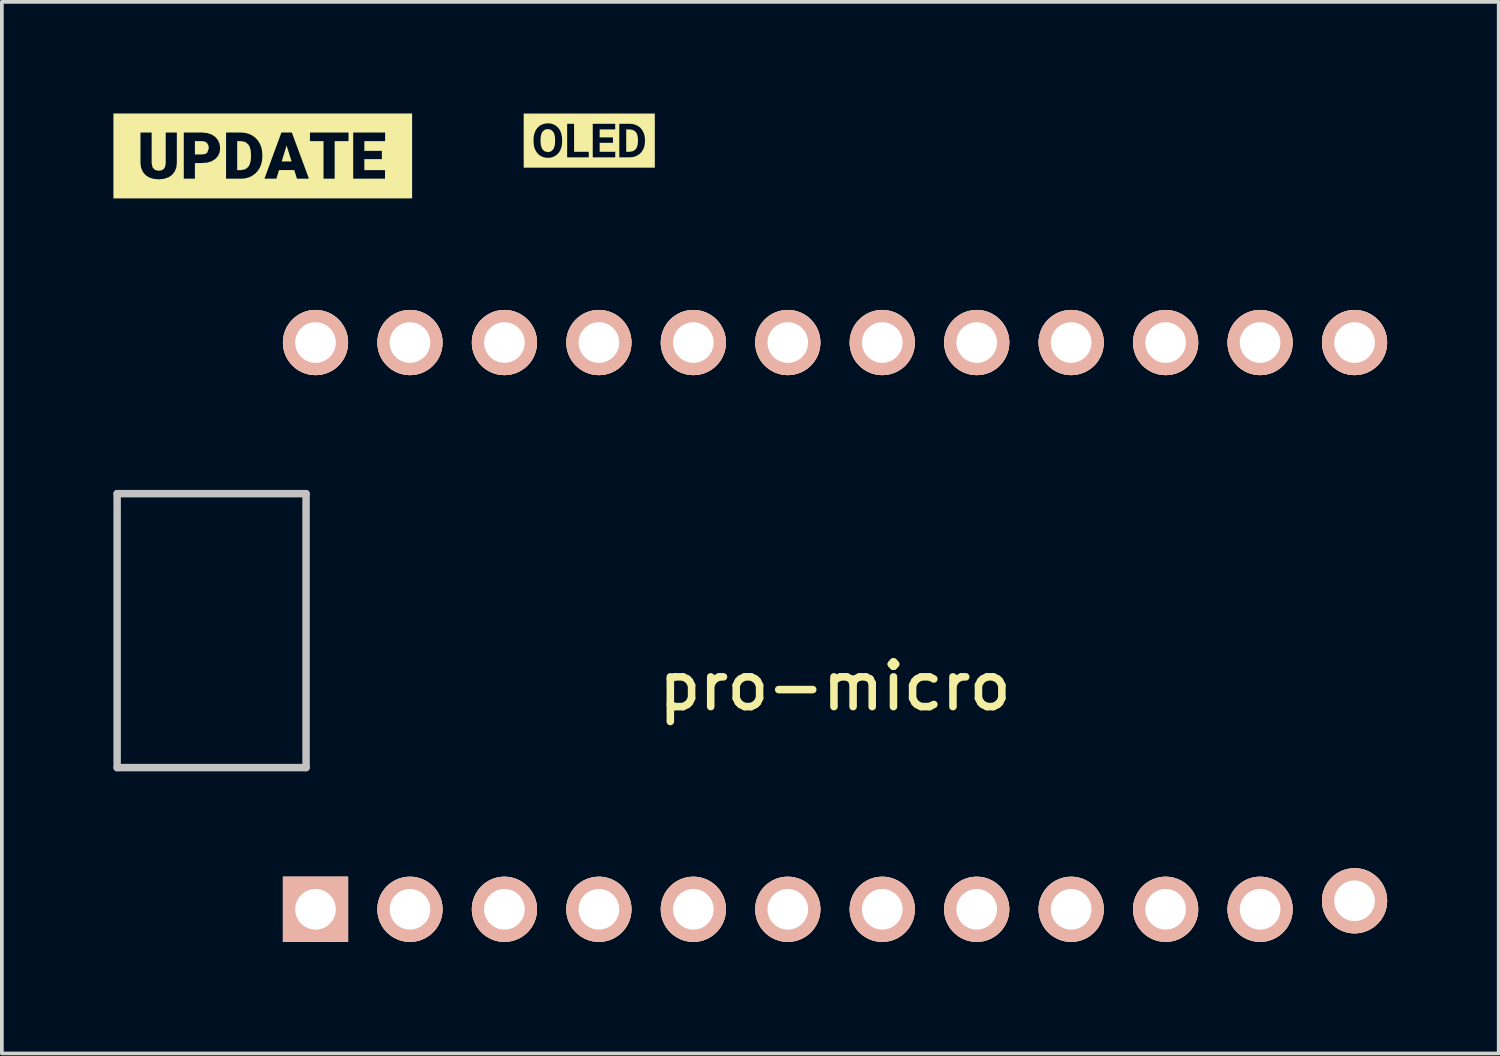
<source format=kicad_pcb>
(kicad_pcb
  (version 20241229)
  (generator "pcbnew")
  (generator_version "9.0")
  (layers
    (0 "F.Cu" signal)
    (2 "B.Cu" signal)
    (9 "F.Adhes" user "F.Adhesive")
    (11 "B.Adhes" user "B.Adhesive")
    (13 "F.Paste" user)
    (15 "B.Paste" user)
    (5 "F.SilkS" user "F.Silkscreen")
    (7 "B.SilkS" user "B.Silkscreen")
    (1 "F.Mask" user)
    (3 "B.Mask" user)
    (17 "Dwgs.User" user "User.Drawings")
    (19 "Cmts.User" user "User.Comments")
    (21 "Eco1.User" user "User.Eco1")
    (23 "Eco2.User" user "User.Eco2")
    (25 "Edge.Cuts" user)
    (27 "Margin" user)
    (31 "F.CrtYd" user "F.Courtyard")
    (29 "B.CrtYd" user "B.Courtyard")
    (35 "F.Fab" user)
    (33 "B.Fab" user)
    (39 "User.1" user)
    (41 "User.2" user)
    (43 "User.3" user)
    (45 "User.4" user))
  (footprint "pro-micro"
    (layer "F.Cu")
    (at 19.404 13.781)
    (property "Reference" "pro-micro" (at 0 1.625 0) (layer "F.SilkS") (effects (font (size 1.2 1.2) (thickness 0.203))))
    (attr through_hole)
    (fp_line (start -19.304 -3.556) (end -14.224 -3.556) (stroke (width 0.2) (type solid)) (layer "Dwgs.User"))
    (fp_line (start -19.304 3.81) (end -19.304 -3.556) (stroke (width 0.2) (type solid)) (layer "Dwgs.User"))
    (fp_line (start -14.224 -3.556) (end -14.224 3.81) (stroke (width 0.2) (type solid)) (layer "Dwgs.User"))
    (fp_line (start -14.224 3.81) (end -19.304 3.81) (stroke (width 0.2) (type solid)) (layer "Dwgs.User"))
    (pad "1" thru_hole rect (at -13.97 7.62) (size 1.753 1.753) (drill 1.092) (layers "*.Cu" "*.SilkS" "*.Mask"))
    (pad "2" thru_hole circle (at -11.43 7.62) (size 1.753 1.753) (drill 1.092) (layers "*.Cu" "*.SilkS" "*.Mask"))
    (pad "3" thru_hole circle (at -8.89 7.62) (size 1.753 1.753) (drill 1.092) (layers "*.Cu" "*.SilkS" "*.Mask"))
    (pad "4" thru_hole circle (at -6.35 7.62) (size 1.753 1.753) (drill 1.092) (layers "*.Cu" "*.SilkS" "*.Mask"))
    (pad "5" thru_hole circle (at -3.81 7.62) (size 1.753 1.753) (drill 1.092) (layers "*.Cu" "*.SilkS" "*.Mask"))
    (pad "6" thru_hole circle (at -1.27 7.62) (size 1.753 1.753) (drill 1.092) (layers "*.Cu" "*.SilkS" "*.Mask"))
    (pad "7" thru_hole circle (at 1.27 7.62) (size 1.753 1.753) (drill 1.092) (layers "*.Cu" "*.SilkS" "*.Mask"))
    (pad "8" thru_hole circle (at 3.81 7.62) (size 1.753 1.753) (drill 1.092) (layers "*.Cu" "*.SilkS" "*.Mask"))
    (pad "9" thru_hole circle (at 6.35 7.62) (size 1.753 1.753) (drill 1.092) (layers "*.Cu" "*.SilkS" "*.Mask"))
    (pad "10" thru_hole circle (at 8.89 7.62) (size 1.753 1.753) (drill 1.092) (layers "*.Cu" "*.SilkS" "*.Mask"))
    (pad "11" thru_hole circle (at 11.43 7.62) (size 1.753 1.753) (drill 1.092) (layers "*.Cu" "*.SilkS" "*.Mask"))
    (pad "12" thru_hole circle (at 13.97 7.391) (size 1.753 1.753) (drill 1.092) (layers "*.Cu" "*.SilkS" "*.Mask"))
    (pad "13" thru_hole circle (at 13.97 -7.62) (size 1.753 1.753) (drill 1.092) (layers "*.Cu" "*.SilkS" "*.Mask"))
    (pad "14" thru_hole circle (at 11.43 -7.62) (size 1.753 1.753) (drill 1.092) (layers "*.Cu" "*.SilkS" "*.Mask"))
    (pad "15" thru_hole circle (at 8.89 -7.62) (size 1.753 1.753) (drill 1.092) (layers "*.Cu" "*.SilkS" "*.Mask"))
    (pad "16" thru_hole circle (at 6.35 -7.62) (size 1.753 1.753) (drill 1.092) (layers "*.Cu" "*.SilkS" "*.Mask"))
    (pad "17" thru_hole circle (at 3.81 -7.62) (size 1.753 1.753) (drill 1.092) (layers "*.Cu" "*.SilkS" "*.Mask"))
    (pad "18" thru_hole circle (at 1.27 -7.62) (size 1.753 1.753) (drill 1.092) (layers "*.Cu" "*.SilkS" "*.Mask"))
    (pad "19" thru_hole circle (at -1.27 -7.62) (size 1.753 1.753) (drill 1.092) (layers "*.Cu" "*.SilkS" "*.Mask"))
    (pad "20" thru_hole circle (at -3.81 -7.62) (size 1.753 1.753) (drill 1.092) (layers "*.Cu" "*.SilkS" "*.Mask"))
    (pad "21" thru_hole circle (at -6.35 -7.62) (size 1.753 1.753) (drill 1.092) (layers "*.Cu" "*.SilkS" "*.Mask"))
    (pad "22" thru_hole circle (at -8.89 -7.62) (size 1.753 1.753) (drill 1.092) (layers "*.Cu" "*.SilkS" "*.Mask"))
    (pad "23" thru_hole circle (at -11.43 -7.62) (size 1.753 1.753) (drill 1.092) (layers "*.Cu" "*.SilkS" "*.Mask"))
    (pad "24" thru_hole circle (at -13.97 -7.62) (size 1.753 1.753) (drill 1.092) (layers "*.Cu" "*.SilkS" "*.Mask")))
  (footprint "kibuzzard-61F01C84"
    (layer "F.Cu")
    (at 4.016 1.143)
    (property "Reference" "kibuzzard-61F01C84" (at 0 -1.142 0) (layer "F.SilkS") (effects (font (size 0.001 0.001) (thickness 0.000003))))
    (attr board_only exclude_from_pos_files exclude_from_bom)
    (fp_poly (pts (xy 0.508 0.149) (xy 0.775 0.149) (xy 0.641 -0.281) (xy 0.508 0.149)) (stroke (width 0) (type solid)) (fill yes) (layer "F.SilkS"))
    (fp_poly (pts (xy -1.825 -0.04) (xy -1.629 -0.04) (xy -1.552 -0.051) (xy -1.496 -0.084) (xy -1.45 -0.206) (xy -1.462 -0.285) (xy -1.497 -0.345) (xy -1.553 -0.385) (xy -1.625 -0.398) (xy -1.825 -0.398) (xy -1.825 -0.04)) (stroke (width 0) (type solid)) (fill yes) (layer "F.SilkS"))
    (fp_poly (pts (xy -0.688 -0.398) (xy -0.688 0.382) (xy -0.584 0.382) (xy -0.47 0.359) (xy -0.386 0.29) (xy -0.348 0.219) (xy -0.325 0.129) (xy -0.317 0.018) (xy -0.317 -0.036) (xy -0.325 -0.146) (xy -0.348 -0.236) (xy -0.386 -0.307) (xy -0.471 -0.375) (xy -0.587 -0.398) (xy -0.688 -0.398)) (stroke (width 0) (type solid)) (fill yes) (layer "F.SilkS"))
    (fp_poly (pts (xy -3.289 -1.142) (xy -2.311 -0.629) (xy -2.311 0.183) (xy -2.325 0.312) (xy -2.37 0.422) (xy -2.124 0.612) (xy -2.124 -0.629) (xy -1.629 -0.629) (xy -1.494 -0.616) (xy -1.377 -0.577) (xy -1.279 -0.513) (xy -1.207 -0.428) (xy -1.162 -0.324) (xy -1.147 -0.208) (xy -1.161 -0.095) (xy -1.205 0.002) (xy -1.277 0.082) (xy -1.374 0.143) (xy -1.493 0.179) (xy -1.634 0.191) (xy -1.825 0.191) (xy -1.825 0.612) (xy -2.124 0.612) (xy -2.37 0.422) (xy -2.441 0.511) (xy -2.538 0.576) (xy -2.658 0.616) (xy -2.798 0.629) (xy -2.939 0.616) (xy -3.058 0.577) (xy -3.156 0.512) (xy -3.228 0.423) (xy -3.273 0.316) (xy -3.289 0.189) (xy -3.289 -0.629) (xy -2.988 -0.629) (xy -2.988 0.195) (xy -2.964 0.308) (xy -2.901 0.376) (xy -2.798 0.399) (xy -2.717 0.386) (xy -2.658 0.348) (xy -2.622 0.281) (xy -2.61 0.182) (xy -2.61 -0.629) (xy -2.311 -0.629) (xy -3.289 -1.142) (xy -4.016 -1.142) (xy -4.016 1.142) (xy -0.987 0.612) (xy -0.987 -0.629) (xy -0.587 -0.629) (xy -0.481 -0.621) (xy -0.383 -0.596) (xy -0.292 -0.555) (xy -0.21 -0.498) (xy -0.142 -0.428) (xy -0.087 -0.344) (xy -0.045 -0.25) (xy -0.021 -0.148) (xy -0.012 -0.039) (xy -0.012 0.018) (xy -0.02 0.128) (xy -0.044 0.23) (xy -0.084 0.324) (xy -0.139 0.407) (xy -0.206 0.478) (xy 0.045 0.612) (xy 0.501 -0.629) (xy 0.782 -0.629) (xy 1.268 -0.398) (xy 1.268 -0.629) (xy 2.306 -0.629) (xy 2.306 -0.398) (xy 1.933 -0.398) (xy 1.933 0.612) (xy 1.634 0.612) (xy 1.634 -0.398) (xy 1.268 -0.398) (xy 0.782 -0.629) (xy 1.241 0.612) (xy 0.919 0.612) (xy 0.847 0.38) (xy 0.437 0.38) (xy 0.365 0.612) (xy 0.045 0.612) (xy -0.206 0.478) (xy -0.287 0.535) (xy -0.378 0.578) (xy -0.475 0.603) (xy -0.579 0.612) (xy -0.987 0.612) (xy -4.016 1.142) (xy -3.289 1.142) (xy 3.289 1.142) (xy 3.287 0.612) (xy 2.432 0.612) (xy 2.432 -0.629) (xy 3.289 -0.629) (xy 3.289 -0.398) (xy 2.731 -0.398) (xy 2.731 -0.136) (xy 3.202 -0.136) (xy 3.202 0.086) (xy 2.731 0.086) (xy 2.731 0.382) (xy 3.287 0.382) (xy 3.287 0.612) (xy 3.289 1.142) (xy 4.016 1.142) (xy 4.016 -1.142) (xy 3.289 -1.142) (xy -3.289 -1.142)) (stroke (width 0) (type solid)) (fill yes) (layer "F.SilkS")))
  (footprint "kibuzzard-628DFB48"
    (layer "F.Cu")
    (at 12.795 0.73)
    (property "Reference" "kibuzzard-628DFB48" (at 0 -0.729 0) (layer "F.SilkS") (effects (font (size 0.001 0.001) (thickness 0.000003))))
    (attr board_only exclude_from_pos_files exclude_from_bom)
    (fp_poly (pts (xy 0.994 -0.301) (xy 0.994 0.302) (xy 1.084 0.302) (xy 1.18 0.284) (xy 1.251 0.231) (xy 1.283 0.176) (xy 1.303 0.108) (xy 1.31 0.027) (xy 1.31 -0.021) (xy 1.303 -0.105) (xy 1.284 -0.175) (xy 1.253 -0.23) (xy 1.182 -0.283) (xy 1.086 -0.301) (xy 0.994 -0.301)) (stroke (width 0) (type solid)) (fill yes) (layer "F.SilkS"))
    (fp_poly (pts (xy -0.918 -0.02) (xy -0.923 -0.108) (xy -0.94 -0.179) (xy -0.969 -0.236) (xy -1.03 -0.292) (xy -1.114 -0.31) (xy -1.197 -0.292) (xy -1.258 -0.237) (xy -1.287 -0.181) (xy -1.304 -0.11) (xy -1.31 -0.024) (xy -1.31 0.02) (xy -1.304 0.106) (xy -1.287 0.177) (xy -1.259 0.235) (xy -1.197 0.292) (xy -1.112 0.311) (xy -1.03 0.293) (xy -0.969 0.238) (xy -0.941 0.181) (xy -0.924 0.11) (xy -0.918 0.024) (xy -0.918 -0.02)) (stroke (width 0) (type solid)) (fill yes) (layer "F.SilkS"))
    (fp_poly (pts (xy -1.498 -0.728) (xy -1.253 -0.44) (xy -1.186 -0.458) (xy -1.114 -0.464) (xy -1.041 -0.458) (xy -0.974 -0.44) (xy -0.913 -0.41) (xy -0.859 -0.368) (xy -0.814 -0.316) (xy -0.777 -0.254) (xy -0.751 -0.183) (xy -0.735 -0.105) (xy -0.729 -0.02) (xy -0.729 0.02) (xy -0.594 0.451) (xy -0.594 -0.451) (xy -0.408 -0.451) (xy -0.408 0.302) (xy -0.013 0.302) (xy 0.094 0.451) (xy 0.094 -0.451) (xy 0.698 -0.451) (xy 0.698 -0.301) (xy 0.28 -0.301) (xy 0.28 -0.086) (xy 0.637 -0.086) (xy 0.637 0.06) (xy 0.28 0.06) (xy 0.28 0.302) (xy 0.699 0.302) (xy 0.699 0.451) (xy 0.094 0.451) (xy -0.013 0.302) (xy -0.013 0.451) (xy -0.594 0.451) (xy -0.729 0.02) (xy -0.734 0.106) (xy -0.75 0.184) (xy -0.776 0.254) (xy -0.812 0.316) (xy -0.857 0.368) (xy -0.911 0.409) (xy -0.973 0.44) (xy -1.04 0.458) (xy -1.112 0.464) (xy -1.185 0.458) (xy -1.251 0.44) (xy -1.313 0.41) (xy -1.367 0.369) (xy -1.413 0.317) (xy -1.449 0.256) (xy -1.476 0.186) (xy -1.492 0.109) (xy -1.498 0.025) (xy -1.498 -0.019) (xy -1.493 -0.105) (xy -1.477 -0.183) (xy -1.45 -0.254) (xy -1.414 -0.316) (xy -1.368 -0.368) (xy -1.314 -0.41) (xy -1.253 -0.44) (xy -1.498 -0.728) (xy -1.763 -0.728) (xy -1.763 0.728) (xy 0.808 0.451) (xy 0.808 -0.451) (xy 1.086 -0.451) (xy 1.162 -0.445) (xy 1.233 -0.428) (xy 1.299 -0.398) (xy 1.357 -0.357) (xy 1.406 -0.306) (xy 1.445 -0.245) (xy 1.475 -0.176) (xy 1.492 -0.101) (xy 1.498 -0.02) (xy 1.498 0.021) (xy 1.492 0.102) (xy 1.475 0.177) (xy 1.446 0.245) (xy 1.407 0.305) (xy 1.359 0.356) (xy 1.3 0.397) (xy 1.235 0.427) (xy 1.164 0.445) (xy 1.088 0.451) (xy 0.808 0.451) (xy -1.763 0.728) (xy -1.498 0.728) (xy 1.498 0.728) (xy 1.763 0.728) (xy 1.763 -0.728) (xy 1.498 -0.728) (xy -1.498 -0.728)) (stroke (width 0) (type solid)) (fill yes) (layer "F.SilkS")))
  (gr_rect
    (start -3 -3)
    (end 37.25 25.277)
    (stroke (width 0.1) (type default))
    (fill no)
    (layer "Edge.Cuts")))
</source>
